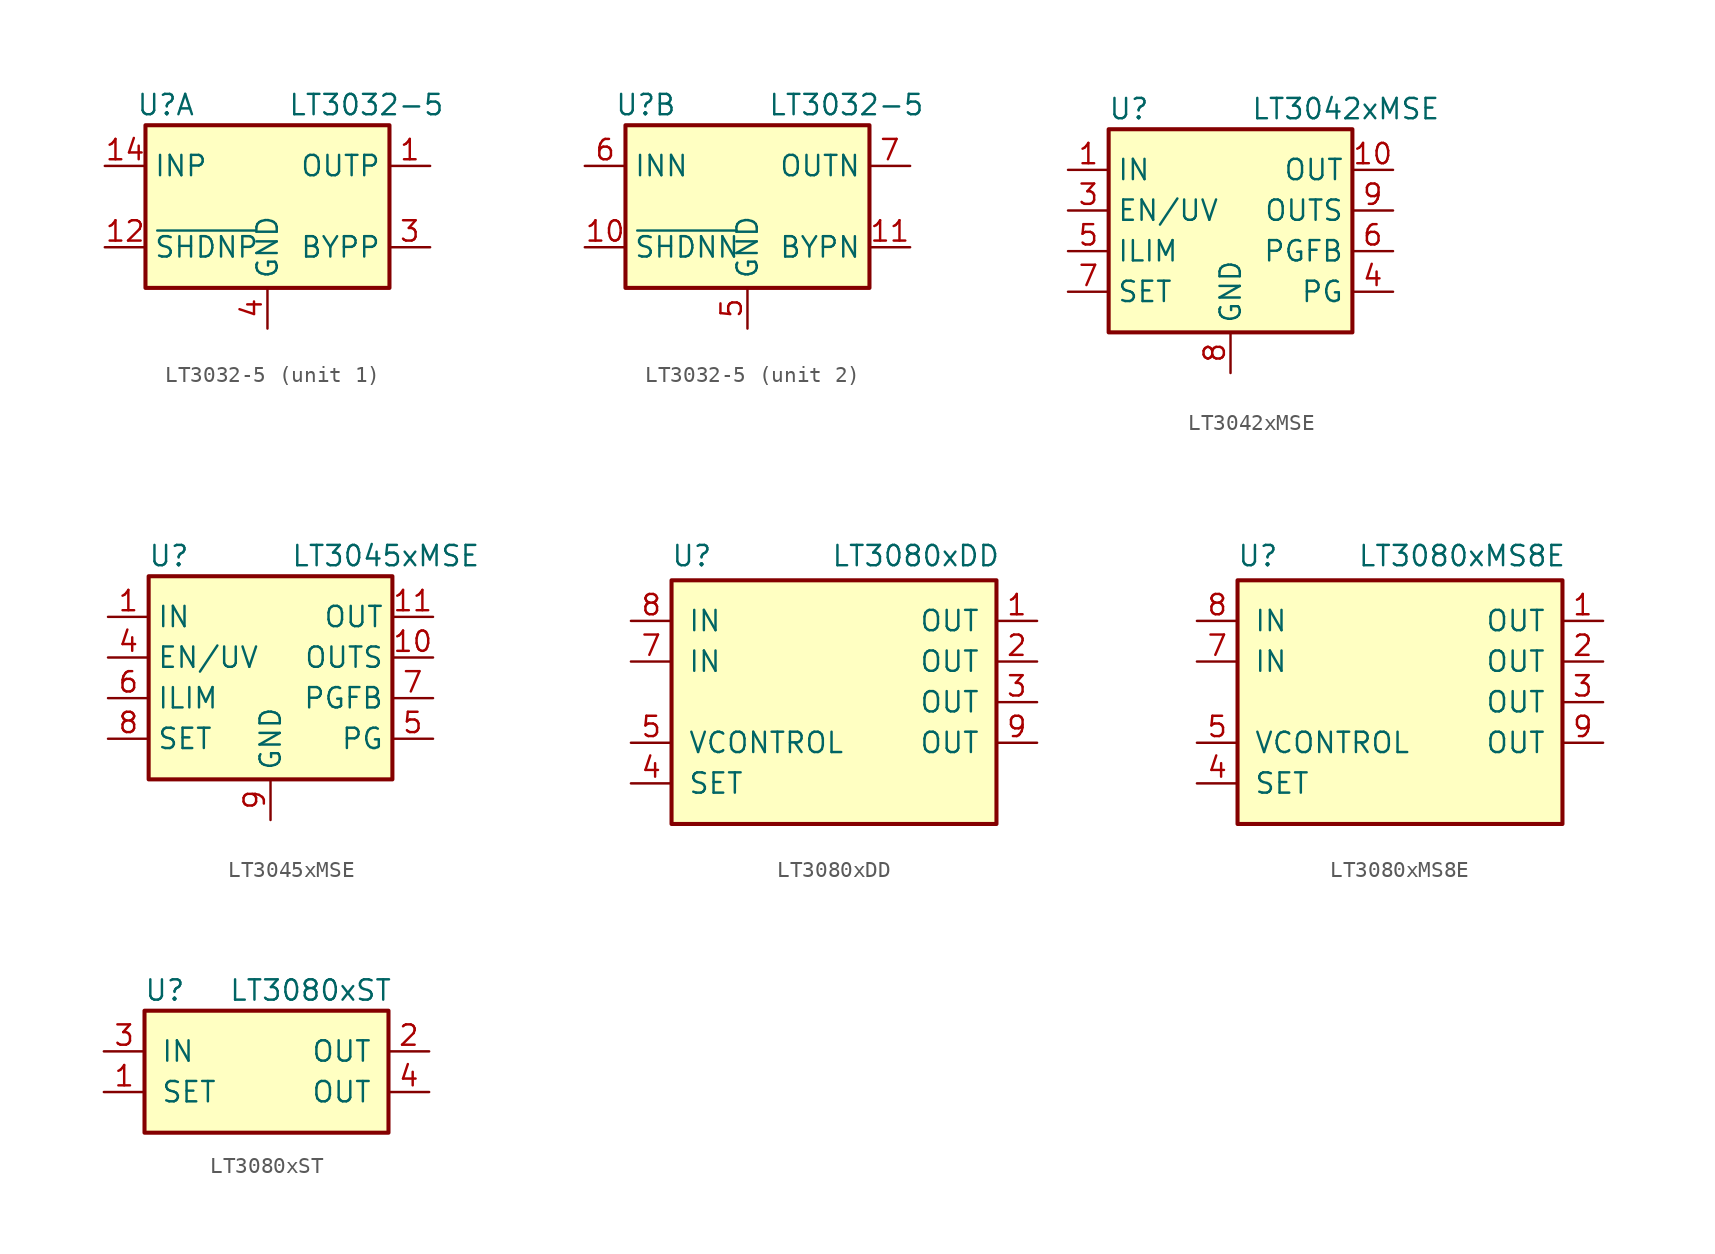
<source format=kicad_sym>
(kicad_symbol_lib
  (version 20201005)
  (generator kicad_symbol_editor)
  (symbol "LT3032-5"
    (property "Reference" "U"
      (at -6.35 6.35 0)
      (effects (font (size 1.27 1.27))))
    (property "Value" "LT3032-5"
      (at 1.27 6.35 0)
      (effects (font (size 1.27 1.27)) (justify left)))
    (property "ki_locked" ""
      (at 0 0 0)
      (effects (font (size 1.27 1.27))))
    (symbol "LT3032-5_0_1"
      (rectangle (start -7.62 5.08) (end 7.62 -5.08) (stroke (width 0.254)) (fill (type background))))
    (symbol "LT3032-5_1_1"
      (pin power_out line (at 10.16 2.54 180) (length 2.54) (name "OUTP" (effects (font (size 1.27 1.27)))) (number "1" (effects (font (size 1.27 1.27)))))
      (pin input line (at -10.16 -2.54 0) (length 2.54) (name "~SHDNP" (effects (font (size 1.27 1.27)))) (number "12" (effects (font (size 1.27 1.27)))))
      (pin no_connect line (at 7.62 -5.08 180) (length 2.54) hide (name "NC" (effects (font (size 1.27 1.27)))) (number "13" (effects (font (size 1.27 1.27)))))
      (pin power_in line (at -10.16 2.54 0) (length 2.54) (name "INP" (effects (font (size 1.27 1.27)))) (number "14" (effects (font (size 1.27 1.27)))))
      (pin no_connect line (at 7.62 0 180) (length 2.54) hide (name "NC" (effects (font (size 1.27 1.27)))) (number "2" (effects (font (size 1.27 1.27)))))
      (pin passive line (at 10.16 -2.54 180) (length 2.54) (name "BYPP" (effects (font (size 1.27 1.27)))) (number "3" (effects (font (size 1.27 1.27)))))
      (pin power_in line (at 0 -7.62 90) (length 2.54) (name "GND" (effects (font (size 1.27 1.27)))) (number "4" (effects (font (size 1.27 1.27))))))
    (symbol "LT3032-5_2_1"
      (pin input line (at -10.16 -2.54 0) (length 2.54) (name "~SHDNN" (effects (font (size 1.27 1.27)))) (number "10" (effects (font (size 1.27 1.27)))))
      (pin passive line (at 10.16 -2.54 180) (length 2.54) (name "BYPN" (effects (font (size 1.27 1.27)))) (number "11" (effects (font (size 1.27 1.27)))))
      (pin power_in line (at 0 -7.62 90) (length 2.54) (name "GND" (effects (font (size 1.27 1.27)))) (number "5" (effects (font (size 1.27 1.27)))))
      (pin power_in line (at -10.16 2.54 0) (length 2.54) (name "INN" (effects (font (size 1.27 1.27)))) (number "6" (effects (font (size 1.27 1.27)))))
      (pin power_out line (at 10.16 2.54 180) (length 2.54) (name "OUTN" (effects (font (size 1.27 1.27)))) (number "7" (effects (font (size 1.27 1.27)))))
      (pin no_connect line (at 7.62 0 180) (length 2.54) hide (name "NC" (effects (font (size 1.27 1.27)))) (number "8" (effects (font (size 1.27 1.27)))))
      (pin passive line (at -10.16 2.54 0) (length 2.54) hide (name "INN" (effects (font (size 1.27 1.27)))) (number "9" (effects (font (size 1.27 1.27)))))))
  (symbol "LT3042xMSE"
    (property "Reference" "U"
      (at -6.35 6.35 0)
      (effects (font (size 1.27 1.27))))
    (property "Value" "LT3042xMSE"
      (at 1.27 6.35 0)
      (effects (font (size 1.27 1.27)) (justify left)))
    (symbol "LT3042xMSE_0_1"
      (rectangle (start -7.62 5.08) (end 7.62 -7.62) (stroke (width 0.254)) (fill (type background))))
    (symbol "LT3042xMSE_1_1"
      (pin power_in line (at -10.16 2.54 0) (length 2.54) (name "IN" (effects (font (size 1.27 1.27)))) (number "1" (effects (font (size 1.27 1.27)))))
      (pin power_out line (at 10.16 2.54 180) (length 2.54) (name "OUT" (effects (font (size 1.27 1.27)))) (number "10" (effects (font (size 1.27 1.27)))))
      (pin passive line (at 0 -10.16 90) (length 2.54) hide (name "GND" (effects (font (size 1.27 1.27)))) (number "11" (effects (font (size 1.27 1.27)))))
      (pin passive line (at -10.16 2.54 0) (length 2.54) hide (name "IN" (effects (font (size 1.27 1.27)))) (number "2" (effects (font (size 1.27 1.27)))))
      (pin input line (at -10.16 0 0) (length 2.54) (name "EN/UV" (effects (font (size 1.27 1.27)))) (number "3" (effects (font (size 1.27 1.27)))))
      (pin open_collector line (at 10.16 -5.08 180) (length 2.54) (name "PG" (effects (font (size 1.27 1.27)))) (number "4" (effects (font (size 1.27 1.27)))))
      (pin passive line (at -10.16 -2.54 0) (length 2.54) (name "ILIM" (effects (font (size 1.27 1.27)))) (number "5" (effects (font (size 1.27 1.27)))))
      (pin input line (at 10.16 -2.54 180) (length 2.54) (name "PGFB" (effects (font (size 1.27 1.27)))) (number "6" (effects (font (size 1.27 1.27)))))
      (pin passive line (at -10.16 -5.08 0) (length 2.54) (name "SET" (effects (font (size 1.27 1.27)))) (number "7" (effects (font (size 1.27 1.27)))))
      (pin power_in line (at 0 -10.16 90) (length 2.54) (name "GND" (effects (font (size 1.27 1.27)))) (number "8" (effects (font (size 1.27 1.27)))))
      (pin input line (at 10.16 0 180) (length 2.54) (name "OUTS" (effects (font (size 1.27 1.27)))) (number "9" (effects (font (size 1.27 1.27)))))))
  (symbol "LT3045xMSE"
    (property "Reference" "U"
      (at -6.35 6.35 0)
      (effects (font (size 1.27 1.27))))
    (property "Value" "LT3045xMSE"
      (at 1.27 6.35 0)
      (effects (font (size 1.27 1.27)) (justify left)))
    (symbol "LT3045xMSE_0_1"
      (rectangle (start -7.62 5.08) (end 7.62 -7.62) (stroke (width 0.254)) (fill (type background))))
    (symbol "LT3045xMSE_1_1"
      (pin power_in line (at -10.16 2.54 0) (length 2.54) (name "IN" (effects (font (size 1.27 1.27)))) (number "1" (effects (font (size 1.27 1.27)))))
      (pin input line (at 10.16 0 180) (length 2.54) (name "OUTS" (effects (font (size 1.27 1.27)))) (number "10" (effects (font (size 1.27 1.27)))))
      (pin power_out line (at 10.16 2.54 180) (length 2.54) (name "OUT" (effects (font (size 1.27 1.27)))) (number "11" (effects (font (size 1.27 1.27)))))
      (pin passive line (at 10.16 2.54 180) (length 2.54) hide (name "OUT" (effects (font (size 1.27 1.27)))) (number "12" (effects (font (size 1.27 1.27)))))
      (pin passive line (at 0 -10.16 90) (length 2.54) hide (name "GND" (effects (font (size 1.27 1.27)))) (number "13" (effects (font (size 1.27 1.27)))))
      (pin passive line (at -10.16 2.54 0) (length 2.54) hide (name "IN" (effects (font (size 1.27 1.27)))) (number "2" (effects (font (size 1.27 1.27)))))
      (pin passive line (at -10.16 2.54 0) (length 2.54) hide (name "IN" (effects (font (size 1.27 1.27)))) (number "3" (effects (font (size 1.27 1.27)))))
      (pin input line (at -10.16 0 0) (length 2.54) (name "EN/UV" (effects (font (size 1.27 1.27)))) (number "4" (effects (font (size 1.27 1.27)))))
      (pin open_collector line (at 10.16 -5.08 180) (length 2.54) (name "PG" (effects (font (size 1.27 1.27)))) (number "5" (effects (font (size 1.27 1.27)))))
      (pin passive line (at -10.16 -2.54 0) (length 2.54) (name "ILIM" (effects (font (size 1.27 1.27)))) (number "6" (effects (font (size 1.27 1.27)))))
      (pin input line (at 10.16 -2.54 180) (length 2.54) (name "PGFB" (effects (font (size 1.27 1.27)))) (number "7" (effects (font (size 1.27 1.27)))))
      (pin passive line (at -10.16 -5.08 0) (length 2.54) (name "SET" (effects (font (size 1.27 1.27)))) (number "8" (effects (font (size 1.27 1.27)))))
      (pin power_in line (at 0 -10.16 90) (length 2.54) (name "GND" (effects (font (size 1.27 1.27)))) (number "9" (effects (font (size 1.27 1.27)))))))
  (symbol "LT3080xDD"
    (pin_names
      (offset 1.016))
    (property "Reference" "U"
      (at -8.89 9.144 0)
      (effects (font (size 1.27 1.27))))
    (property "Value" "LT3080xDD"
      (at 10.414 9.144 0)
      (effects (font (size 1.27 1.27)) (justify right)))
    (symbol "LT3080xDD_0_1"
      (rectangle (start -10.16 7.62) (end 10.16 -7.62) (stroke (width 0.254)) (fill (type background))))
    (symbol "LT3080xDD_1_1"
      (pin power_out line (at 12.7 5.08 180) (length 2.54) (name "OUT" (effects (font (size 1.27 1.27)))) (number "1" (effects (font (size 1.27 1.27)))))
      (pin power_out line (at 12.7 2.54 180) (length 2.54) (name "OUT" (effects (font (size 1.27 1.27)))) (number "2" (effects (font (size 1.27 1.27)))))
      (pin power_out line (at 12.7 0 180) (length 2.54) (name "OUT" (effects (font (size 1.27 1.27)))) (number "3" (effects (font (size 1.27 1.27)))))
      (pin input line (at -12.7 -5.08 0) (length 2.54) (name "SET" (effects (font (size 1.27 1.27)))) (number "4" (effects (font (size 1.27 1.27)))))
      (pin input line (at -12.7 -2.54 0) (length 2.54) (name "VCONTROL" (effects (font (size 1.27 1.27)))) (number "5" (effects (font (size 1.27 1.27)))))
      (pin no_connect line (at -10.16 0 0) (length 2.54) hide (name "NC" (effects (font (size 1.27 1.27)))) (number "6" (effects (font (size 1.27 1.27)))))
      (pin power_in line (at -12.7 2.54 0) (length 2.54) (name "IN" (effects (font (size 1.27 1.27)))) (number "7" (effects (font (size 1.27 1.27)))))
      (pin power_in line (at -12.7 5.08 0) (length 2.54) (name "IN" (effects (font (size 1.27 1.27)))) (number "8" (effects (font (size 1.27 1.27)))))
      (pin power_out line (at 12.7 -2.54 180) (length 2.54) (name "OUT" (effects (font (size 1.27 1.27)))) (number "9" (effects (font (size 1.27 1.27)))))))
  (symbol "LT3080xMS8E"
    (pin_names
      (offset 1.016))
    (property "Reference" "U"
      (at -8.89 9.144 0)
      (effects (font (size 1.27 1.27))))
    (property "Value" "LT3080xMS8E"
      (at 10.414 9.144 0)
      (effects (font (size 1.27 1.27)) (justify right)))
    (symbol "LT3080xMS8E_0_1"
      (rectangle (start -10.16 7.62) (end 10.16 -7.62) (stroke (width 0.254)) (fill (type background))))
    (symbol "LT3080xMS8E_1_1"
      (pin power_out line (at 12.7 5.08 180) (length 2.54) (name "OUT" (effects (font (size 1.27 1.27)))) (number "1" (effects (font (size 1.27 1.27)))))
      (pin power_out line (at 12.7 2.54 180) (length 2.54) (name "OUT" (effects (font (size 1.27 1.27)))) (number "2" (effects (font (size 1.27 1.27)))))
      (pin power_out line (at 12.7 0 180) (length 2.54) (name "OUT" (effects (font (size 1.27 1.27)))) (number "3" (effects (font (size 1.27 1.27)))))
      (pin input line (at -12.7 -5.08 0) (length 2.54) (name "SET" (effects (font (size 1.27 1.27)))) (number "4" (effects (font (size 1.27 1.27)))))
      (pin input line (at -12.7 -2.54 0) (length 2.54) (name "VCONTROL" (effects (font (size 1.27 1.27)))) (number "5" (effects (font (size 1.27 1.27)))))
      (pin no_connect line (at -10.16 0 0) (length 2.54) hide (name "NC" (effects (font (size 1.27 1.27)))) (number "6" (effects (font (size 1.27 1.27)))))
      (pin power_in line (at -12.7 2.54 0) (length 2.54) (name "IN" (effects (font (size 1.27 1.27)))) (number "7" (effects (font (size 1.27 1.27)))))
      (pin power_in line (at -12.7 5.08 0) (length 2.54) (name "IN" (effects (font (size 1.27 1.27)))) (number "8" (effects (font (size 1.27 1.27)))))
      (pin power_out line (at 12.7 -2.54 180) (length 2.54) (name "OUT" (effects (font (size 1.27 1.27)))) (number "9" (effects (font (size 1.27 1.27)))))))
  (symbol "LT3080xST"
    (pin_names
      (offset 1.016))
    (property "Reference" "U"
      (at -6.35 3.81 0)
      (effects (font (size 1.27 1.27))))
    (property "Value" "LT3080xST"
      (at 7.874 3.81 0)
      (effects (font (size 1.27 1.27)) (justify right)))
    (symbol "LT3080xST_0_1"
      (rectangle (start -7.62 2.54) (end 7.62 -5.08) (stroke (width 0.254)) (fill (type background))))
    (symbol "LT3080xST_1_1"
      (pin input line (at -10.16 -2.54 0) (length 2.54) (name "SET" (effects (font (size 1.27 1.27)))) (number "1" (effects (font (size 1.27 1.27)))))
      (pin power_out line (at 10.16 0 180) (length 2.54) (name "OUT" (effects (font (size 1.27 1.27)))) (number "2" (effects (font (size 1.27 1.27)))))
      (pin power_in line (at -10.16 0 0) (length 2.54) (name "IN" (effects (font (size 1.27 1.27)))) (number "3" (effects (font (size 1.27 1.27)))))
      (pin power_out line (at 10.16 -2.54 180) (length 2.54) (name "OUT" (effects (font (size 1.27 1.27)))) (number "4" (effects (font (size 1.27 1.27))))))))
</source>
